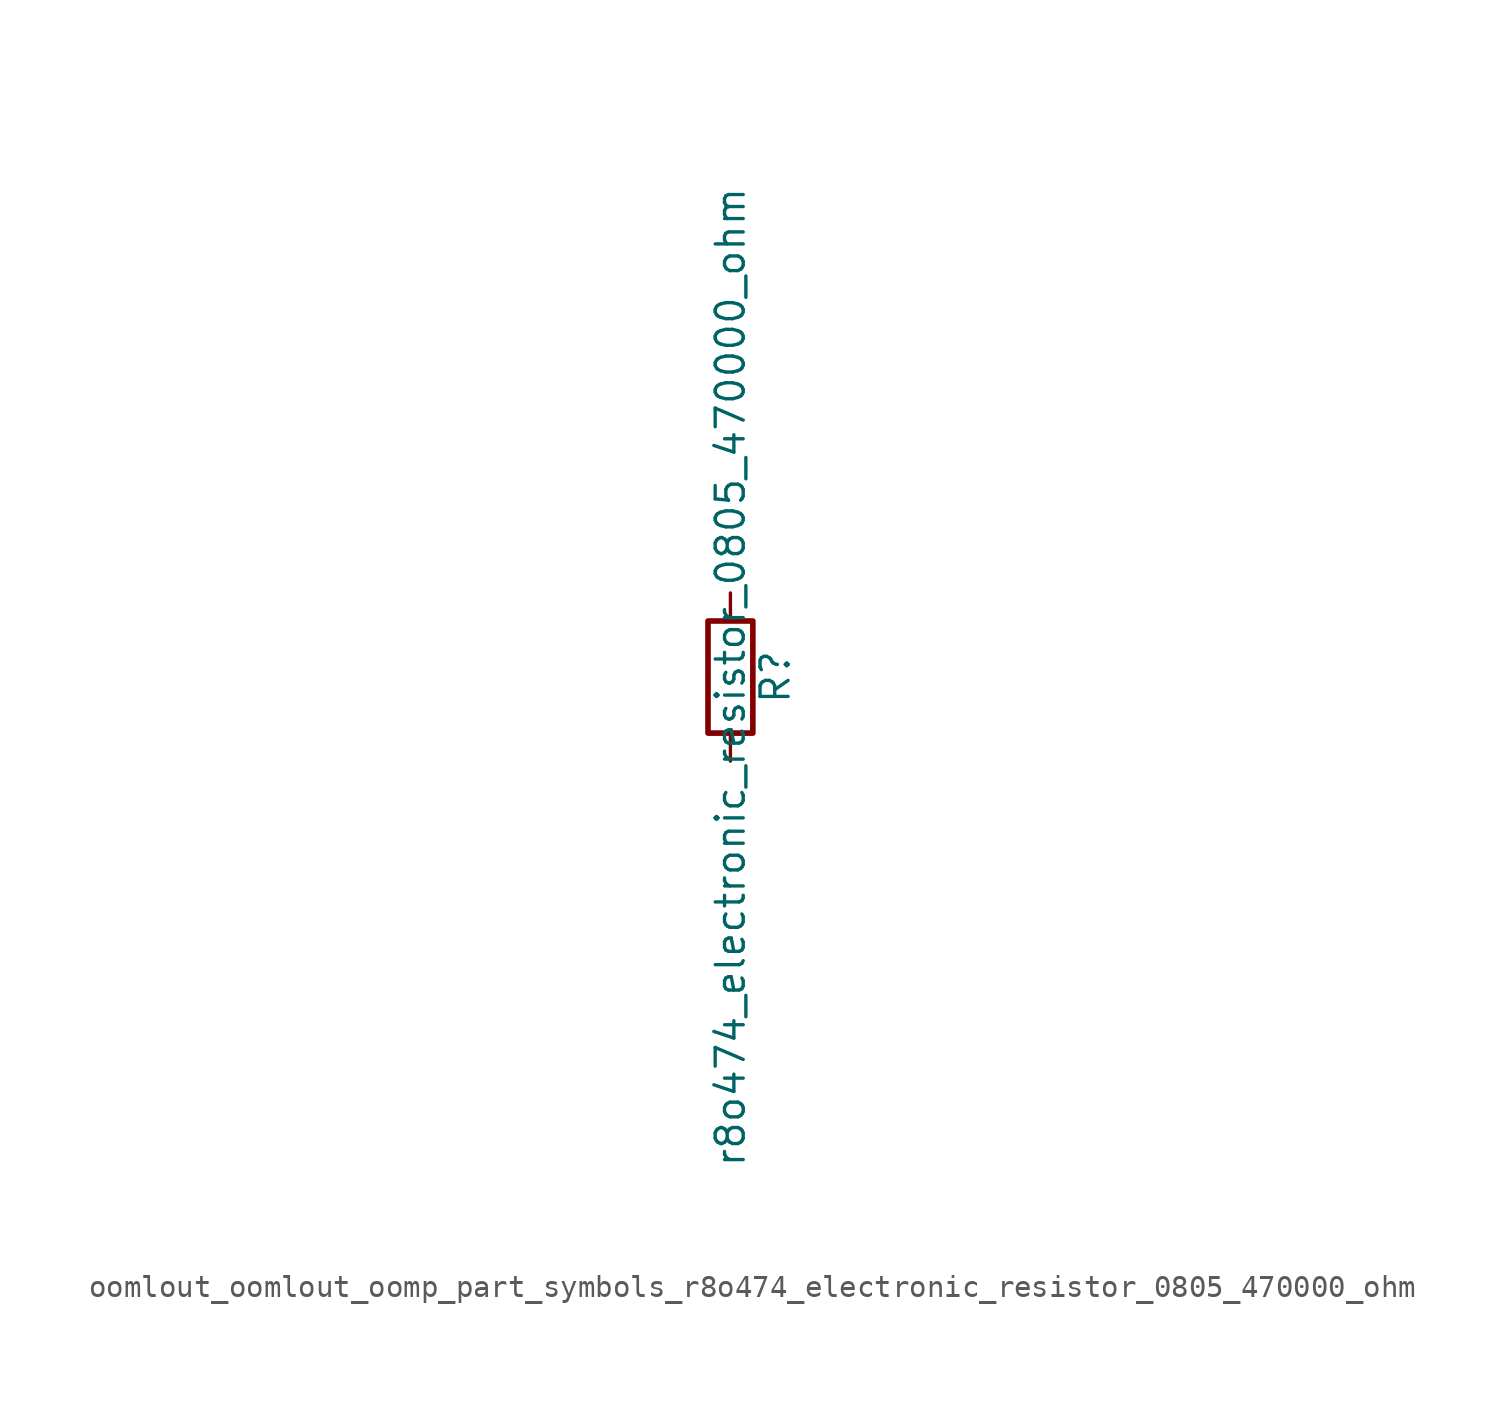
<source format=kicad_sym>
(kicad_symbol_lib
  (version 20220914)
  (generator kicad_symbol_editor)
  (symbol "oomlout_oomlout_oomp_part_symbols_r8o474_electronic_resistor_0805_470000_ohm"
    (pin_numbers hide)
    (pin_names
      (offset 0))
    (property "Reference" "R"
      (at 2.032 0 90)
      (effects (font (size 1.27 1.27))))
    (property "Value" "r8o474_electronic_resistor_0805_470000_ohm"
      (at 0 0 90)
      (effects (font (size 1.27 1.27))))
    (symbol "oomlout_oomlout_oomp_part_symbols_r8o474_electronic_resistor_0805_470000_ohm_0_1"
      (rectangle (start -1.016 -2.54) (end 1.016 2.54) (stroke (width 0.254) (type default)) (fill (type none))))
    (symbol "oomlout_oomlout_oomp_part_symbols_r8o474_electronic_resistor_0805_470000_ohm_1_1"
      (pin passive line (at 0 3.81 270) (length 1.27) (name "~" (effects (font (size 1.27 1.27)))) (number "1" (effects (font (size 1.27 1.27)))))
      (pin passive line (at 0 -3.81 90) (length 1.27) (name "~" (effects (font (size 1.27 1.27)))) (number "2" (effects (font (size 1.27 1.27))))))))
</source>
